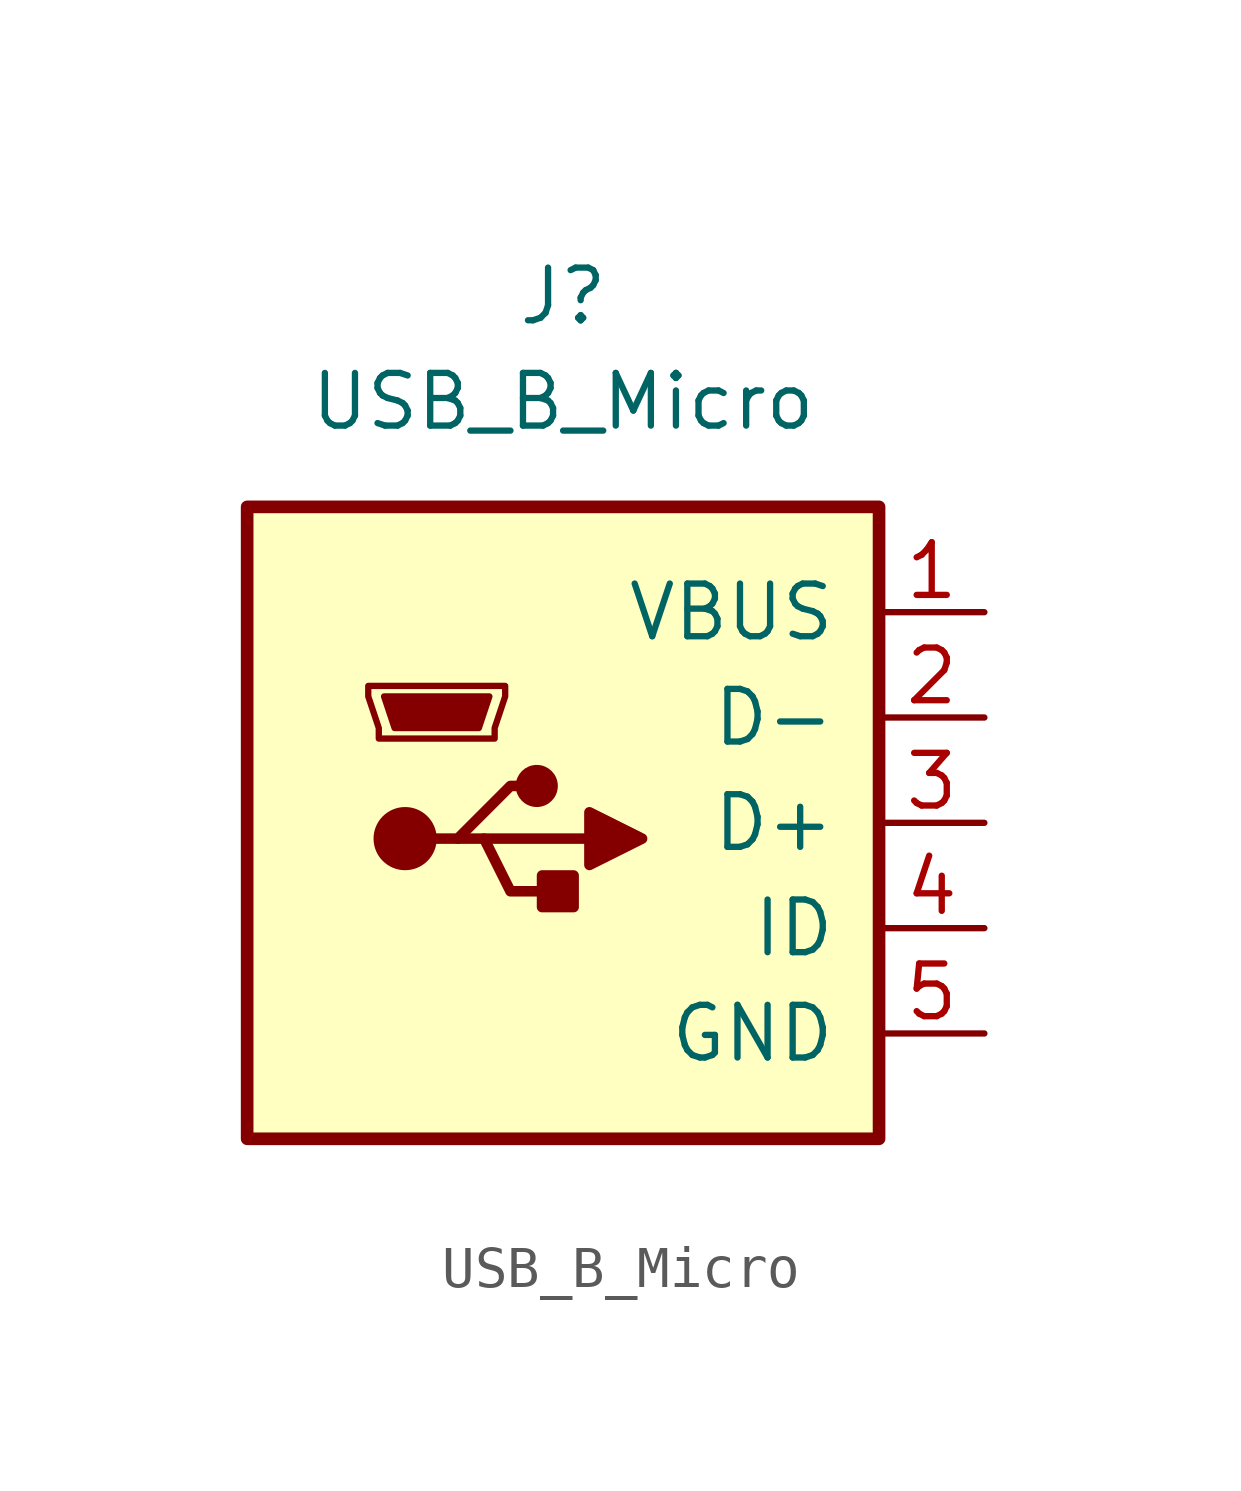
<source format=kicad_sym>
(kicad_symbol_lib
  (version 20211014)
  (generator kicad_symbol_editor)
  (symbol "USB_B_Micro"
    (pin_names
      (offset 1.016))
    (property "Reference" "J"
      (at 0 7.62 0)
      (effects (font (size 1.27 1.27))))
    (property "Value" "USB_B_Micro"
      (at 0 5.08 0)
      (effects (font (size 1.27 1.27))))
    (symbol "USB_B_Micro_0_1"
      (rectangle (start 7.62 2.54) (end -7.62 -12.7) (stroke (width 0.305) (type default) (color 0 0 0 0)) (fill (type background))))
    (symbol "USB_B_Micro_1_1"
      (circle (center -3.81 -5.461) (radius 0.635) (stroke (width 0.254) (type default) (color 0 0 0 0)) (fill (type outline)))
      (circle (center -0.635 -4.191) (radius 0.381) (stroke (width 0.254) (type default) (color 0 0 0 0)) (fill (type outline)))
      (polyline (pts (xy -1.905 -5.461) (xy 0.635 -5.461)) (stroke (width 0.254) (type default) (color 0 0 0 0)) (fill (type none)))
      (polyline (pts (xy -3.175 -5.461) (xy -2.54 -5.461) (xy -1.27 -4.191) (xy -0.635 -4.191)) (stroke (width 0.254) (type default) (color 0 0 0 0)) (fill (type none)))
      (polyline (pts (xy -2.54 -5.461) (xy -1.905 -5.461) (xy -1.27 -6.731) (xy 0 -6.731)) (stroke (width 0.254) (type default) (color 0 0 0 0)) (fill (type none)))
      (polyline (pts (xy 0.635 -4.826) (xy 0.635 -6.096) (xy 1.905 -5.461) (xy 0.635 -4.826)) (stroke (width 0.254) (type default) (color 0 0 0 0)) (fill (type outline)))
      (polyline (pts (xy -4.318 -2.032) (xy -1.778 -2.032) (xy -2.032 -2.794) (xy -4.064 -2.794) (xy -4.318 -2.032)) (stroke (width 0) (type default) (color 0 0 0 0)) (fill (type outline)))
      (polyline (pts (xy -4.699 -1.778) (xy -4.699 -2.032) (xy -4.445 -2.794) (xy -4.445 -3.048) (xy -1.651 -3.048) (xy -1.651 -2.794) (xy -1.397 -2.032) (xy -1.397 -1.778) (xy -4.699 -1.778)) (stroke (width 0) (type default) (color 0 0 0 0)) (fill (type none)))
      (rectangle (start 0.254 -6.35) (end -0.508 -7.112) (stroke (width 0.254) (type default) (color 0 0 0 0)) (fill (type outline)))
      (pin power_in line (at 10.16 0 180) (length 2.54) (name "VBUS" (effects (font (size 1.27 1.27)))) (number "1" (effects (font (size 1.27 1.27)))))
      (pin bidirectional line (at 10.16 -2.54 180) (length 2.54) (name "D-" (effects (font (size 1.27 1.27)))) (number "2" (effects (font (size 1.27 1.27)))))
      (pin bidirectional line (at 10.16 -5.08 180) (length 2.54) (name "D+" (effects (font (size 1.27 1.27)))) (number "3" (effects (font (size 1.27 1.27)))))
      (pin output line (at 10.16 -7.62 180) (length 2.54) (name "ID" (effects (font (size 1.27 1.27)))) (number "4" (effects (font (size 1.27 1.27)))))
      (pin power_in line (at 10.16 -10.16 180) (length 2.54) (name "GND" (effects (font (size 1.27 1.27)))) (number "5" (effects (font (size 1.27 1.27))))))))
</source>
